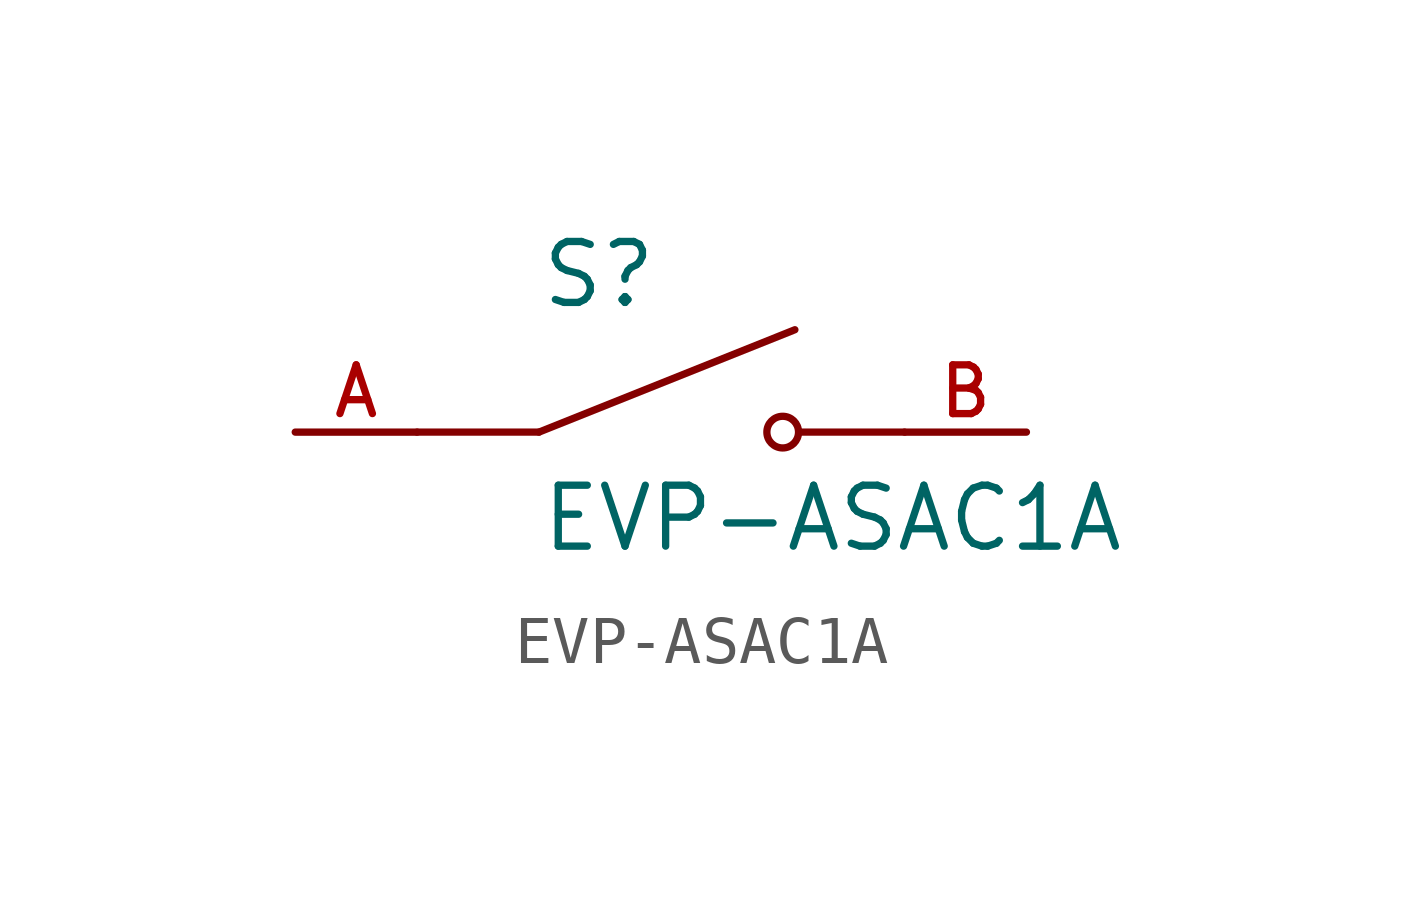
<source format=kicad_sym>
(kicad_symbol_lib
  (version 20211014)
  (generator kicad_symbol_editor)
  (symbol "EVP-ASAC1A"
    (pin_names
      (offset 1.016))
    (property "Reference" "S"
      (at -2.54 2.54 0)
      (effects (font (size 1.27 1.27)) (justify bottom left)))
    (property "Value" "EVP-ASAC1A"
      (at -2.54 -2.54 0)
      (effects (font (size 1.27 1.27)) (justify bottom left)))
    (symbol "EVP-ASAC1A_0_0"
      (polyline (pts (xy -2.54 0.0) (xy 2.794 2.134)) (stroke (width 0.152)))
      (circle (center 2.54 0.0) (radius 0.33) (stroke (width 0.152)) (fill (type none)))
      (polyline (pts (xy 5.08 0.0) (xy 2.921 0.0)) (stroke (width 0.152)))
      (polyline (pts (xy -2.54 0.0) (xy -5.08 0.0)) (stroke (width 0.152)))
      (pin passive line (at -7.62 0.0 0) (length 2.54) (name "~" (effects (font (size 1.016 1.016)))) (number "A" (effects (font (size 1.016 1.016)))))
      (pin passive line (at 7.62 0.0 180.0) (length 2.54) (name "~" (effects (font (size 1.016 1.016)))) (number "B" (effects (font (size 1.016 1.016))))))))
</source>
